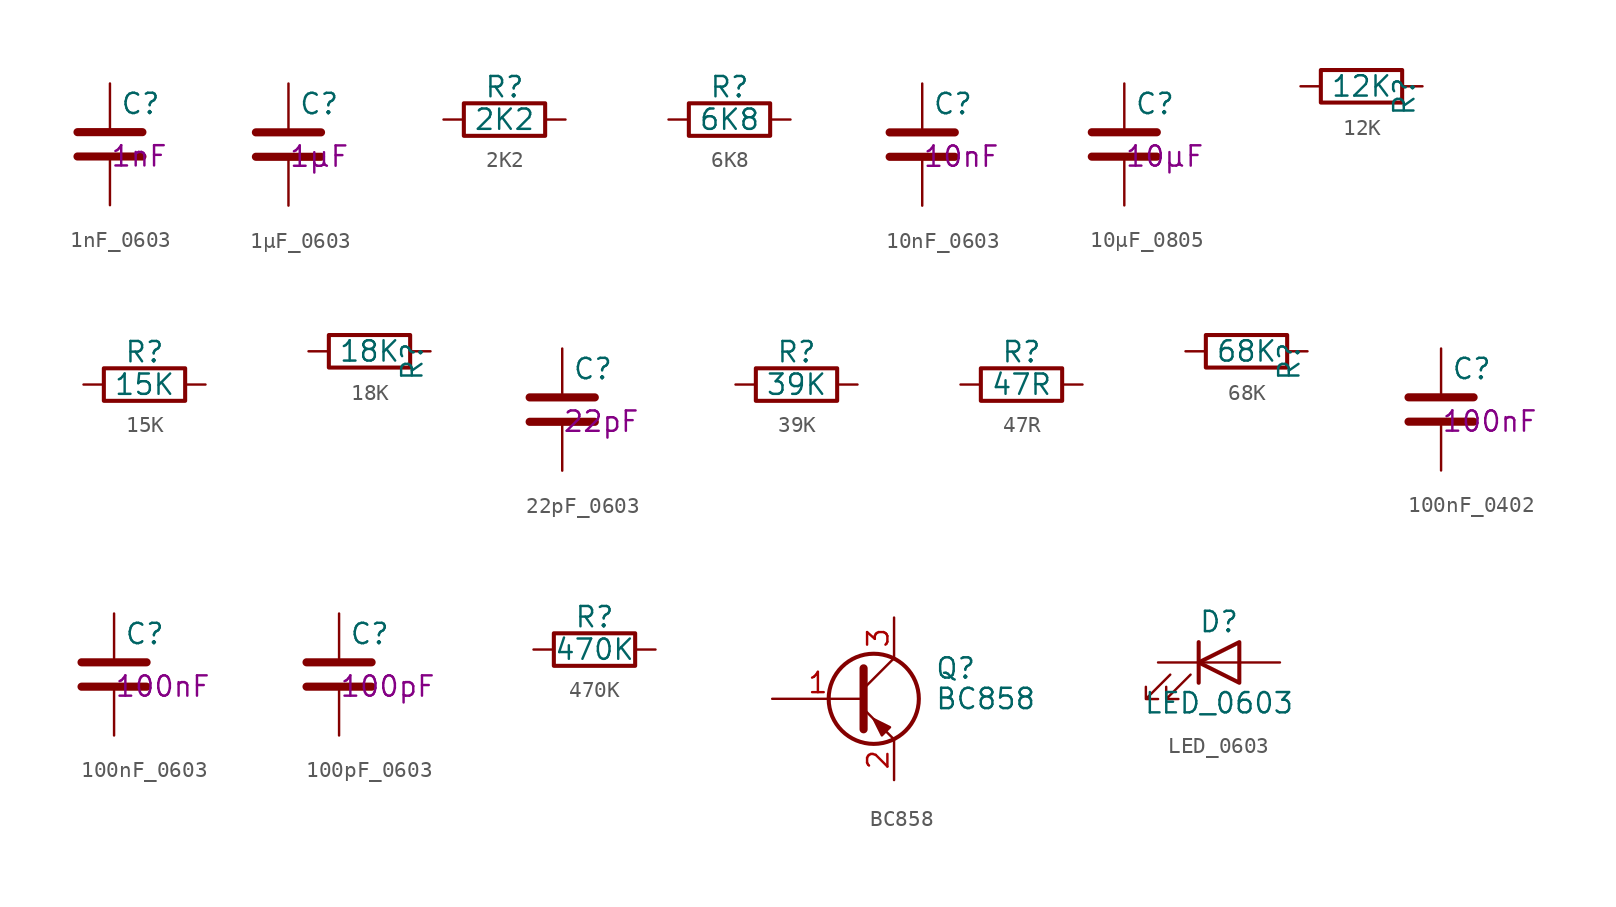
<source format=kicad_sym>
(kicad_symbol_lib
  (version 20211014)
  (generator kicad_symbol_editor)
  (symbol "1nF_0603"
    (pin_numbers hide)
    (pin_names
      (offset 0.254))
    (property "Reference" "C"
      (at 0.635 2.54 0)
      (effects (font (size 1.27 1.27)) (justify left)))
    (property "Feeder" ""
      (at 0 0 0)
      (effects (font (size 1.27 1.27))))
    (property "ValShow" "1nF"
      (at 0 0 0)
      (effects (font (size 1.27 1.27)) (justify left top)))
    (symbol "1nF_0603_0_1"
      (polyline (pts (xy -2.032 -0.762) (xy 2.032 -0.762)) (stroke (width 0.508) (type default) (color 0 0 0 0)) (fill (type none)))
      (polyline (pts (xy -2.032 0.762) (xy 2.032 0.762)) (stroke (width 0.508) (type default) (color 0 0 0 0)) (fill (type none))))
    (symbol "1nF_0603_1_1"
      (pin passive line (at 0 3.81 270) (length 2.794) (name "~" (effects (font (size 1.27 1.27)))) (number "1" (effects (font (size 1.27 1.27)))))
      (pin passive line (at 0 -3.81 90) (length 2.794) (name "~" (effects (font (size 1.27 1.27)))) (number "2" (effects (font (size 1.27 1.27)))))))
  (symbol "1µF_0603"
    (pin_numbers hide)
    (pin_names
      (offset 0.254))
    (property "Reference" "C"
      (at 0.635 2.54 0)
      (effects (font (size 1.27 1.27)) (justify left)))
    (property "Feeder" ""
      (at 0 0 0)
      (effects (font (size 1.27 1.27))))
    (property "ValShow" "1µF"
      (at 0 0 0)
      (effects (font (size 1.27 1.27)) (justify left top)))
    (symbol "1µF_0603_0_1"
      (polyline (pts (xy -2.032 -0.762) (xy 2.032 -0.762)) (stroke (width 0.508) (type default) (color 0 0 0 0)) (fill (type none)))
      (polyline (pts (xy -2.032 0.762) (xy 2.032 0.762)) (stroke (width 0.508) (type default) (color 0 0 0 0)) (fill (type none))))
    (symbol "1µF_0603_1_1"
      (pin passive line (at 0 3.81 270) (length 2.794) (name "~" (effects (font (size 1.27 1.27)))) (number "1" (effects (font (size 1.27 1.27)))))
      (pin passive line (at 0 -3.81 90) (length 2.794) (name "~" (effects (font (size 1.27 1.27)))) (number "2" (effects (font (size 1.27 1.27)))))))
  (symbol "2K2"
    (pin_numbers hide)
    (pin_names
      (offset 0))
    (property "Reference" "R"
      (at 0 2.032 0)
      (effects (font (size 1.27 1.27))))
    (property "Value" "2K2"
      (at 0 0 0)
      (effects (font (size 1.27 1.27))))
    (property "Feeder" ""
      (at 0 0 0)
      (effects (font (size 1.27 1.27))))
    (symbol "2K2_0_1"
      (rectangle (start 2.54 -1.016) (end -2.54 1.016) (stroke (width 0.254) (type default) (color 0 0 0 0)) (fill (type none))))
    (symbol "2K2_1_1"
      (pin passive line (at -3.81 0 0) (length 1.27) (name "~" (effects (font (size 1.27 1.27)))) (number "1" (effects (font (size 1.27 1.27)))))
      (pin passive line (at 3.81 0 180) (length 1.27) (name "~" (effects (font (size 1.27 1.27)))) (number "2" (effects (font (size 1.27 1.27)))))))
  (symbol "6K8"
    (pin_numbers hide)
    (pin_names
      (offset 0))
    (property "Reference" "R"
      (at 0 2.032 0)
      (effects (font (size 1.27 1.27))))
    (property "Value" "6K8"
      (at 0 0 0)
      (effects (font (size 1.27 1.27))))
    (property "Feeder" ""
      (at 0 0 0)
      (effects (font (size 1.27 1.27))))
    (symbol "6K8_0_1"
      (rectangle (start 2.54 -1.016) (end -2.54 1.016) (stroke (width 0.254) (type default) (color 0 0 0 0)) (fill (type none))))
    (symbol "6K8_1_1"
      (pin passive line (at -3.81 0 0) (length 1.27) (name "~" (effects (font (size 1.27 1.27)))) (number "1" (effects (font (size 1.27 1.27)))))
      (pin passive line (at 3.81 0 180) (length 1.27) (name "~" (effects (font (size 1.27 1.27)))) (number "2" (effects (font (size 1.27 1.27)))))))
  (symbol "10nF_0603"
    (pin_numbers hide)
    (pin_names
      (offset 0.254))
    (property "Reference" "C"
      (at 0.635 2.54 0)
      (effects (font (size 1.27 1.27)) (justify left)))
    (property "Feeder" ""
      (at 0 0 0)
      (effects (font (size 1.27 1.27))))
    (property "ValShow" "10nF"
      (at 0 0 0)
      (effects (font (size 1.27 1.27)) (justify left top)))
    (symbol "10nF_0603_0_1"
      (polyline (pts (xy -2.032 -0.762) (xy 2.032 -0.762)) (stroke (width 0.508) (type default) (color 0 0 0 0)) (fill (type none)))
      (polyline (pts (xy -2.032 0.762) (xy 2.032 0.762)) (stroke (width 0.508) (type default) (color 0 0 0 0)) (fill (type none))))
    (symbol "10nF_0603_1_1"
      (pin passive line (at 0 3.81 270) (length 2.794) (name "~" (effects (font (size 1.27 1.27)))) (number "1" (effects (font (size 1.27 1.27)))))
      (pin passive line (at 0 -3.81 90) (length 2.794) (name "~" (effects (font (size 1.27 1.27)))) (number "2" (effects (font (size 1.27 1.27)))))))
  (symbol "10µF_0805"
    (pin_numbers hide)
    (pin_names
      (offset 0.254))
    (property "Reference" "C"
      (at 0.635 2.54 0)
      (effects (font (size 1.27 1.27)) (justify left)))
    (property "Feeder" ""
      (at 0 0 0)
      (effects (font (size 1.27 1.27))))
    (property "ValShow" "10µF"
      (at 0 0 0)
      (effects (font (size 1.27 1.27)) (justify left top)))
    (symbol "10µF_0805_0_1"
      (polyline (pts (xy -2.032 -0.762) (xy 2.032 -0.762)) (stroke (width 0.508) (type default) (color 0 0 0 0)) (fill (type none)))
      (polyline (pts (xy -2.032 0.762) (xy 2.032 0.762)) (stroke (width 0.508) (type default) (color 0 0 0 0)) (fill (type none))))
    (symbol "10µF_0805_1_1"
      (pin passive line (at 0 3.81 270) (length 2.794) (name "~" (effects (font (size 1.27 1.27)))) (number "1" (effects (font (size 1.27 1.27)))))
      (pin passive line (at 0 -3.81 90) (length 2.794) (name "~" (effects (font (size 1.27 1.27)))) (number "2" (effects (font (size 1.27 1.27)))))))
  (symbol "12K"
    (pin_numbers hide)
    (pin_names
      (offset 0))
    (property "Reference" "R"
      (at 2.032 0 90)
      (effects (font (size 1.27 1.27))))
    (property "Value" "12K"
      (at -0.635 0.635 0)
      (effects (font (size 1.27 1.27))))
    (property "Feeder" ""
      (at 0 0 0)
      (effects (font (size 1.27 1.27))))
    (symbol "12K_0_1"
      (rectangle (start 1.905 -0.381) (end -3.175 1.651) (stroke (width 0.254) (type default) (color 0 0 0 0)) (fill (type none))))
    (symbol "12K_1_1"
      (pin passive line (at -4.445 0.635 0) (length 1.27) (name "~" (effects (font (size 1.27 1.27)))) (number "1" (effects (font (size 1.27 1.27)))))
      (pin passive line (at 3.175 0.635 180) (length 1.27) (name "~" (effects (font (size 1.27 1.27)))) (number "2" (effects (font (size 1.27 1.27)))))))
  (symbol "15K"
    (pin_numbers hide)
    (pin_names
      (offset 0))
    (property "Reference" "R"
      (at 0 2.032 0)
      (effects (font (size 1.27 1.27))))
    (property "Value" "15K"
      (at 0 0 0)
      (effects (font (size 1.27 1.27))))
    (property "Feeder" ""
      (at 0 0 0)
      (effects (font (size 1.27 1.27))))
    (symbol "15K_0_1"
      (rectangle (start 2.54 -1.016) (end -2.54 1.016) (stroke (width 0.254) (type default) (color 0 0 0 0)) (fill (type none))))
    (symbol "15K_1_1"
      (pin passive line (at -3.81 0 0) (length 1.27) (name "~" (effects (font (size 1.27 1.27)))) (number "1" (effects (font (size 1.27 1.27)))))
      (pin passive line (at 3.81 0 180) (length 1.27) (name "~" (effects (font (size 1.27 1.27)))) (number "2" (effects (font (size 1.27 1.27)))))))
  (symbol "18K"
    (pin_numbers hide)
    (pin_names
      (offset 0))
    (property "Reference" "R"
      (at 2.032 0 90)
      (effects (font (size 1.27 1.27))))
    (property "Value" "18K"
      (at -0.635 0.635 0)
      (effects (font (size 1.27 1.27))))
    (symbol "18K_0_1"
      (rectangle (start 1.905 -0.381) (end -3.175 1.651) (stroke (width 0.254) (type default) (color 0 0 0 0)) (fill (type none))))
    (symbol "18K_1_1"
      (pin passive line (at -4.445 0.635 0) (length 1.27) (name "~" (effects (font (size 1.27 1.27)))) (number "1" (effects (font (size 1.27 1.27)))))
      (pin passive line (at 3.175 0.635 180) (length 1.27) (name "~" (effects (font (size 1.27 1.27)))) (number "2" (effects (font (size 1.27 1.27)))))))
  (symbol "22pF_0603"
    (pin_numbers hide)
    (pin_names
      (offset 0.254))
    (property "Reference" "C"
      (at 0.635 2.54 0)
      (effects (font (size 1.27 1.27)) (justify left)))
    (property "Feeder" ""
      (at 0 0 0)
      (effects (font (size 1.27 1.27))))
    (property "ValShow" "22pF"
      (at 0 0 0)
      (effects (font (size 1.27 1.27)) (justify left top)))
    (symbol "22pF_0603_0_1"
      (polyline (pts (xy -2.032 -0.762) (xy 2.032 -0.762)) (stroke (width 0.508) (type default) (color 0 0 0 0)) (fill (type none)))
      (polyline (pts (xy -2.032 0.762) (xy 2.032 0.762)) (stroke (width 0.508) (type default) (color 0 0 0 0)) (fill (type none))))
    (symbol "22pF_0603_1_1"
      (pin passive line (at 0 3.81 270) (length 2.794) (name "~" (effects (font (size 1.27 1.27)))) (number "1" (effects (font (size 1.27 1.27)))))
      (pin passive line (at 0 -3.81 90) (length 2.794) (name "~" (effects (font (size 1.27 1.27)))) (number "2" (effects (font (size 1.27 1.27)))))))
  (symbol "39K"
    (pin_numbers hide)
    (pin_names
      (offset 0))
    (property "Reference" "R"
      (at 1.27 0.762 0)
      (effects (font (size 1.27 1.27))))
    (property "Value" "39K"
      (at 1.27 -1.27 0)
      (effects (font (size 1.27 1.27))))
    (property "Feeder" ""
      (at 0 0 0)
      (effects (font (size 1.27 1.27))))
    (symbol "39K_0_1"
      (rectangle (start 3.81 -2.286) (end -1.27 -0.254) (stroke (width 0.254) (type default) (color 0 0 0 0)) (fill (type none))))
    (symbol "39K_1_1"
      (pin passive line (at -2.54 -1.27 0) (length 1.27) (name "~" (effects (font (size 1.27 1.27)))) (number "1" (effects (font (size 1.27 1.27)))))
      (pin passive line (at 5.08 -1.27 180) (length 1.27) (name "~" (effects (font (size 1.27 1.27)))) (number "2" (effects (font (size 1.27 1.27)))))))
  (symbol "47R"
    (pin_numbers hide)
    (pin_names
      (offset 0))
    (property "Reference" "R"
      (at 0 2.032 0)
      (effects (font (size 1.27 1.27))))
    (property "Value" "47R"
      (at 0 0 0)
      (effects (font (size 1.27 1.27))))
    (symbol "47R_0_1"
      (rectangle (start 2.54 -1.016) (end -2.54 1.016) (stroke (width 0.254) (type default) (color 0 0 0 0)) (fill (type none))))
    (symbol "47R_1_1"
      (pin passive line (at -3.81 0 0) (length 1.27) (name "~" (effects (font (size 1.27 1.27)))) (number "1" (effects (font (size 1.27 1.27)))))
      (pin passive line (at 3.81 0 180) (length 1.27) (name "~" (effects (font (size 1.27 1.27)))) (number "2" (effects (font (size 1.27 1.27)))))))
  (symbol "68K"
    (pin_numbers hide)
    (pin_names
      (offset 0))
    (property "Reference" "R"
      (at 2.032 0 90)
      (effects (font (size 1.27 1.27))))
    (property "Value" "68K"
      (at -0.635 0.635 0)
      (effects (font (size 1.27 1.27))))
    (property "Feeder" ""
      (at 0 0 0)
      (effects (font (size 1.27 1.27))))
    (symbol "68K_0_1"
      (rectangle (start 1.905 -0.381) (end -3.175 1.651) (stroke (width 0.254) (type default) (color 0 0 0 0)) (fill (type none))))
    (symbol "68K_1_1"
      (pin passive line (at -4.445 0.635 0) (length 1.27) (name "~" (effects (font (size 1.27 1.27)))) (number "1" (effects (font (size 1.27 1.27)))))
      (pin passive line (at 3.175 0.635 180) (length 1.27) (name "~" (effects (font (size 1.27 1.27)))) (number "2" (effects (font (size 1.27 1.27)))))))
  (symbol "100nF_0402"
    (pin_numbers hide)
    (pin_names
      (offset 0.254))
    (property "Reference" "C"
      (at 0.635 2.54 0)
      (effects (font (size 1.27 1.27)) (justify left)))
    (property "Feeder" ""
      (at 0 0 0)
      (effects (font (size 1.27 1.27))))
    (property "ValShow" "100nF"
      (at 0 0 0)
      (effects (font (size 1.27 1.27)) (justify left top)))
    (symbol "100nF_0402_0_1"
      (polyline (pts (xy -2.032 -0.762) (xy 2.032 -0.762)) (stroke (width 0.508) (type default) (color 0 0 0 0)) (fill (type none)))
      (polyline (pts (xy -2.032 0.762) (xy 2.032 0.762)) (stroke (width 0.508) (type default) (color 0 0 0 0)) (fill (type none))))
    (symbol "100nF_0402_1_1"
      (pin passive line (at 0 3.81 270) (length 2.794) (name "~" (effects (font (size 1.27 1.27)))) (number "1" (effects (font (size 1.27 1.27)))))
      (pin passive line (at 0 -3.81 90) (length 2.794) (name "~" (effects (font (size 1.27 1.27)))) (number "2" (effects (font (size 1.27 1.27)))))))
  (symbol "100nF_0603"
    (pin_numbers hide)
    (pin_names
      (offset 0.254))
    (property "Reference" "C"
      (at 0.635 2.54 0)
      (effects (font (size 1.27 1.27)) (justify left)))
    (property "Feeder" ""
      (at 0 0 0)
      (effects (font (size 1.27 1.27))))
    (property "ValShow" "100nF"
      (at 0 0 0)
      (effects (font (size 1.27 1.27)) (justify left top)))
    (symbol "100nF_0603_0_1"
      (polyline (pts (xy -2.032 -0.762) (xy 2.032 -0.762)) (stroke (width 0.508) (type default) (color 0 0 0 0)) (fill (type none)))
      (polyline (pts (xy -2.032 0.762) (xy 2.032 0.762)) (stroke (width 0.508) (type default) (color 0 0 0 0)) (fill (type none))))
    (symbol "100nF_0603_1_1"
      (pin passive line (at 0 3.81 270) (length 2.794) (name "~" (effects (font (size 1.27 1.27)))) (number "1" (effects (font (size 1.27 1.27)))))
      (pin passive line (at 0 -3.81 90) (length 2.794) (name "~" (effects (font (size 1.27 1.27)))) (number "2" (effects (font (size 1.27 1.27)))))))
  (symbol "100pF_0603"
    (pin_numbers hide)
    (pin_names
      (offset 0.254))
    (property "Reference" "C"
      (at 0.635 2.54 0)
      (effects (font (size 1.27 1.27)) (justify left)))
    (property "Feeder" ""
      (at 0 0 0)
      (effects (font (size 1.27 1.27))))
    (property "ValShow" "100pF"
      (at 0 0 0)
      (effects (font (size 1.27 1.27)) (justify left top)))
    (symbol "100pF_0603_0_1"
      (polyline (pts (xy -2.032 -0.762) (xy 2.032 -0.762)) (stroke (width 0.508) (type default) (color 0 0 0 0)) (fill (type none)))
      (polyline (pts (xy -2.032 0.762) (xy 2.032 0.762)) (stroke (width 0.508) (type default) (color 0 0 0 0)) (fill (type none))))
    (symbol "100pF_0603_1_1"
      (pin passive line (at 0 3.81 270) (length 2.794) (name "~" (effects (font (size 1.27 1.27)))) (number "1" (effects (font (size 1.27 1.27)))))
      (pin passive line (at 0 -3.81 90) (length 2.794) (name "~" (effects (font (size 1.27 1.27)))) (number "2" (effects (font (size 1.27 1.27)))))))
  (symbol "470K"
    (pin_numbers hide)
    (pin_names
      (offset 0))
    (property "Reference" "R"
      (at 0 2.032 0)
      (effects (font (size 1.27 1.27))))
    (property "Value" "470K"
      (at 0 0 0)
      (effects (font (size 1.27 1.27))))
    (property "Feeder" ""
      (at 0 0 0)
      (effects (font (size 1.27 1.27))))
    (symbol "470K_0_1"
      (rectangle (start 2.54 -1.016) (end -2.54 1.016) (stroke (width 0.254) (type default) (color 0 0 0 0)) (fill (type none))))
    (symbol "470K_1_1"
      (pin passive line (at -3.81 0 0) (length 1.27) (name "~" (effects (font (size 1.27 1.27)))) (number "1" (effects (font (size 1.27 1.27)))))
      (pin passive line (at 3.81 0 180) (length 1.27) (name "~" (effects (font (size 1.27 1.27)))) (number "2" (effects (font (size 1.27 1.27)))))))
  (symbol "BC858"
    (pin_names
      (offset 0) hide)
    (property "Reference" "Q"
      (at 5.08 1.905 0)
      (effects (font (size 1.27 1.27)) (justify left)))
    (property "Value" "BC858"
      (at 5.08 0 0)
      (effects (font (size 1.27 1.27)) (justify left)))
    (symbol "BC858_0_1"
      (polyline (pts (xy 0.635 0.635) (xy 2.54 2.54)) (stroke (width 0) (type default) (color 0 0 0 0)) (fill (type none)))
      (polyline (pts (xy 0.635 -0.635) (xy 2.54 -2.54) (xy 2.54 -2.54)) (stroke (width 0) (type default) (color 0 0 0 0)) (fill (type none)))
      (polyline (pts (xy 0.635 1.905) (xy 0.635 -1.905) (xy 0.635 -1.905)) (stroke (width 0.508) (type default) (color 0 0 0 0)) (fill (type none)))
      (polyline (pts (xy 2.286 -1.778) (xy 1.778 -2.286) (xy 1.27 -1.27) (xy 2.286 -1.778) (xy 2.286 -1.778)) (stroke (width 0) (type default) (color 0 0 0 0)) (fill (type outline)))
      (circle (center 1.27 0) (radius 2.819) (stroke (width 0.254) (type default) (color 0 0 0 0)) (fill (type none))))
    (symbol "BC858_1_1"
      (pin input line (at -5.08 0 0) (length 5.715) (name "B" (effects (font (size 1.27 1.27)))) (number "1" (effects (font (size 1.27 1.27)))))
      (pin passive line (at 2.54 -5.08 90) (length 2.54) (name "E" (effects (font (size 1.27 1.27)))) (number "2" (effects (font (size 1.27 1.27)))))
      (pin passive line (at 2.54 5.08 270) (length 2.54) (name "C" (effects (font (size 1.27 1.27)))) (number "3" (effects (font (size 1.27 1.27)))))))
  (symbol "LED_0603"
    (pin_numbers hide)
    (pin_names
      (offset 1.016) hide)
    (property "Reference" "D"
      (at 0 2.54 0)
      (effects (font (size 1.27 1.27))))
    (property "Value" "LED_0603"
      (at 0 -2.54 0)
      (effects (font (size 1.27 1.27))))
    (symbol "LED_0603_0_1"
      (polyline (pts (xy -1.27 -1.27) (xy -1.27 1.27)) (stroke (width 0.254) (type default) (color 0 0 0 0)) (fill (type none)))
      (polyline (pts (xy -1.27 0) (xy 1.27 0)) (stroke (width 0) (type default) (color 0 0 0 0)) (fill (type none)))
      (polyline (pts (xy 1.27 -1.27) (xy 1.27 1.27) (xy -1.27 0) (xy 1.27 -1.27)) (stroke (width 0.254) (type default) (color 0 0 0 0)) (fill (type none)))
      (polyline (pts (xy -3.048 -0.762) (xy -4.572 -2.286) (xy -3.81 -2.286) (xy -4.572 -2.286) (xy -4.572 -1.524)) (stroke (width 0) (type default) (color 0 0 0 0)) (fill (type none)))
      (polyline (pts (xy -1.778 -0.762) (xy -3.302 -2.286) (xy -2.54 -2.286) (xy -3.302 -2.286) (xy -3.302 -1.524)) (stroke (width 0) (type default) (color 0 0 0 0)) (fill (type none))))
    (symbol "LED_0603_1_1"
      (pin passive line (at -3.81 0 0) (length 2.54) (name "K" (effects (font (size 1.27 1.27)))) (number "1" (effects (font (size 1.27 1.27)))))
      (pin passive line (at 3.81 0 180) (length 2.54) (name "A" (effects (font (size 1.27 1.27)))) (number "2" (effects (font (size 1.27 1.27))))))))
</source>
